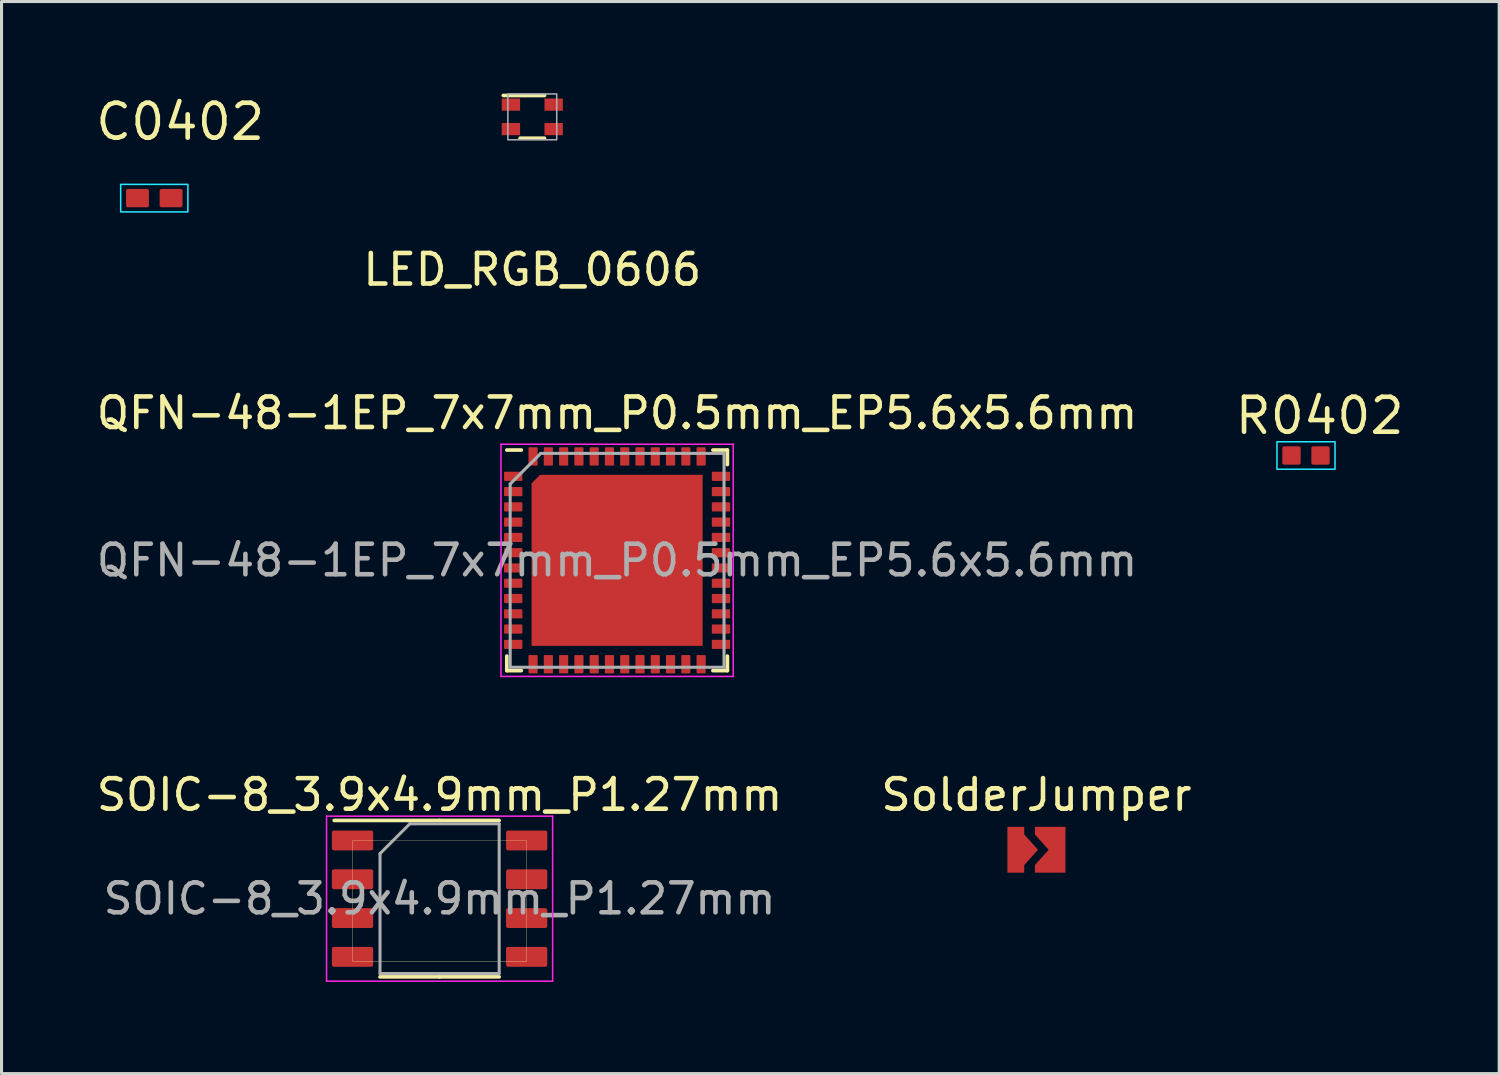
<source format=kicad_pcb>
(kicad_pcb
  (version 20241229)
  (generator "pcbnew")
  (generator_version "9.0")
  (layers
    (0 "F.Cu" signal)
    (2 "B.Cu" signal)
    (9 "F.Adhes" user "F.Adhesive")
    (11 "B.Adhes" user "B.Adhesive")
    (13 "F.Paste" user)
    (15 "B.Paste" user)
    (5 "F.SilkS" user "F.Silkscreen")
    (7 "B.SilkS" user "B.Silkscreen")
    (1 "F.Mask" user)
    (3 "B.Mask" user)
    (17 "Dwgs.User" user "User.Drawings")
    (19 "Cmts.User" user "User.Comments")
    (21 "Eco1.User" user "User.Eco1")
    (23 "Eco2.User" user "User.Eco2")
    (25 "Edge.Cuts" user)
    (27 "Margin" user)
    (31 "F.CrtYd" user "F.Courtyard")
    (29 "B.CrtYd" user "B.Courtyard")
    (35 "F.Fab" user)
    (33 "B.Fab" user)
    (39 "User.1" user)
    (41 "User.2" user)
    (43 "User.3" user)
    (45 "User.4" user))
  (footprint "R0402"
    (layer "F.Cu")
    (at 39.698 11.859)
    (property "Reference" "R0402" (at -2.4 -1.3 0) (layer "F.SilkS") (effects (font (size 1.143 1.143) (thickness 0.152)) (justify left)))
    (attr smd)
    (fp_rect (start -0.95 -0.45) (end 0.95 0.45) (stroke (width 0.05) (type solid)) (fill no) (layer "B.CrtYd"))
    (pad "1" smd roundrect (at -0.475 0) (size 0.6 0.6) (layers "F.Cu" "F.Mask" "F.Paste") (roundrect_rratio 0.1))
    (pad "2" smd roundrect (at 0.475 0) (size 0.6 0.6) (layers "F.Cu" "F.Mask" "F.Paste") (roundrect_rratio 0.1)))
  (footprint "SOIC-8_3.9x4.9mm_P1.27mm"
    (layer "F.Cu")
    (at 11.339 26.365)
    (property "Reference" "SOIC-8_3.9x4.9mm_P1.27mm" (at 0 -3.4 0) (layer "F.SilkS") (effects (font (size 1 1) (thickness 0.15))))
    (attr smd)
    (fp_line (start 0 -2.56) (end -3.45 -2.56) (stroke (width 0.12) (type solid)) (layer "F.SilkS"))
    (fp_line (start 0 -2.56) (end 1.95 -2.56) (stroke (width 0.12) (type solid)) (layer "F.SilkS"))
    (fp_line (start 0 2.56) (end -1.95 2.56) (stroke (width 0.12) (type solid)) (layer "F.SilkS"))
    (fp_line (start 0 2.56) (end 1.95 2.56) (stroke (width 0.12) (type solid)) (layer "F.SilkS"))
    (fp_rect (start -2.85 -1.9) (end 2.85 2.05) (stroke (width 0.01) (type default)) (fill no) (layer "F.SilkS"))
    (fp_line (start -3.7 -2.7) (end -3.7 2.7) (stroke (width 0.05) (type solid)) (layer "F.CrtYd"))
    (fp_line (start -3.7 2.7) (end 3.7 2.7) (stroke (width 0.05) (type solid)) (layer "F.CrtYd"))
    (fp_line (start 3.7 -2.7) (end -3.7 -2.7) (stroke (width 0.05) (type solid)) (layer "F.CrtYd"))
    (fp_line (start 3.7 2.7) (end 3.7 -2.7) (stroke (width 0.05) (type solid)) (layer "F.CrtYd"))
    (fp_line (start -1.95 -1.475) (end -0.975 -2.45) (stroke (width 0.1) (type solid)) (layer "F.Fab"))
    (fp_line (start -1.95 2.45) (end -1.95 -1.475) (stroke (width 0.1) (type solid)) (layer "F.Fab"))
    (fp_line (start -0.975 -2.45) (end 1.95 -2.45) (stroke (width 0.1) (type solid)) (layer "F.Fab"))
    (fp_line (start 1.95 -2.45) (end 1.95 2.45) (stroke (width 0.1) (type solid)) (layer "F.Fab"))
    (fp_line (start 1.95 2.45) (end -1.95 2.45) (stroke (width 0.1) (type solid)) (layer "F.Fab"))
    (fp_text user "${REFERENCE}" (at 0 0 0) (layer "F.Fab") (effects (font (size 0.98 0.98) (thickness 0.15))))
    (pad "1" smd roundrect (at -2.85 -1.905) (size 1.35 0.65) (layers "F.Cu" "F.Mask" "F.Paste") (roundrect_rratio 0.1))
    (pad "2" smd roundrect (at -2.85 -0.635) (size 1.35 0.65) (layers "F.Cu" "F.Mask" "F.Paste") (roundrect_rratio 0.1))
    (pad "3" smd roundrect (at -2.85 0.635) (size 1.35 0.65) (layers "F.Cu" "F.Mask" "F.Paste") (roundrect_rratio 0.1))
    (pad "4" smd roundrect (at -2.85 1.905) (size 1.35 0.65) (layers "F.Cu" "F.Mask" "F.Paste") (roundrect_rratio 0.1))
    (pad "5" smd roundrect (at 2.85 1.905) (size 1.35 0.65) (layers "F.Cu" "F.Mask" "F.Paste") (roundrect_rratio 0.1))
    (pad "6" smd roundrect (at 2.85 0.635) (size 1.35 0.65) (layers "F.Cu" "F.Mask" "F.Paste") (roundrect_rratio 0.1))
    (pad "7" smd roundrect (at 2.85 -0.635) (size 1.35 0.65) (layers "F.Cu" "F.Mask" "F.Paste") (roundrect_rratio 0.1))
    (pad "8" smd roundrect (at 2.85 -1.905) (size 1.35 0.65) (layers "F.Cu" "F.Mask" "F.Paste") (roundrect_rratio 0.1)))
  (footprint "SolderJumper"
    (layer "F.Cu")
    (at 30.875 24.765)
    (property "Reference" "SolderJumper" (at 0 -1.8 0) (layer "F.SilkS") (effects (font (size 1 1) (thickness 0.15))))
    (attr exclude_from_pos_files exclude_from_bom)
    (fp_rect (start -0.325 -0.075) (end 0.325 0.1) (stroke (width 1) (type solid)) (fill yes) (layer "F.Mask"))
    (pad "1" smd custom (at -0.65 0) (size 0.3 0.3) (layers "F.Cu") (options (anchor rect)) (primitives (gr_poly (pts (xy 0.7 0) (xy 0.25 0.5) (xy 0.25 0.75) (xy -0.3 0.75) (xy -0.3 -0.75) (xy 0.25 -0.75) (xy 0.25 -0.5)) (width 0) (fill yes))))
    (pad "2" smd custom (at 0.65 0 180) (size 0.3 0.3) (layers "F.Cu") (options (anchor rect)) (primitives (gr_poly (pts (xy 0.25 0) (xy 0.7 0.5) (xy 0.7 0.75) (xy -0.3 0.75) (xy -0.3 -0.75) (xy 0.7 -0.75) (xy 0.7 -0.5)) (width 0) (fill yes)))))
  (footprint "LED_RGB_0606"
    (layer "F.Cu")
    (at 14.373 0.775)
    (property "Reference" "LED_RGB_0606" (at 0 5 0) (unlocked yes) (layer "F.SilkS") (effects (font (size 1 1) (thickness 0.15))))
    (attr smd)
    (fp_line (start -0.4 0.7) (end 0.4 0.7) (stroke (width 0.12) (type default)) (layer "F.SilkS"))
    (fp_line (start 0.4 -0.7) (end -0.95 -0.7) (stroke (width 0.12) (type default)) (layer "F.SilkS"))
    (fp_rect (start -0.8 -0.75) (end 0.8 0.75) (stroke (width 0.05) (type default)) (fill no) (layer "F.Fab"))
    (pad "1" smd rect (at -0.7 -0.4 270) (size 0.4 0.6) (layers "F.Cu" "F.Mask" "F.Paste"))
    (pad "2" smd rect (at 0.7 -0.4 270) (size 0.4 0.6) (layers "F.Cu" "F.Mask" "F.Paste"))
    (pad "3" smd rect (at 0.7 0.4 270) (size 0.4 0.6) (layers "F.Cu" "F.Mask" "F.Paste"))
    (pad "4" smd rect (at -0.7 0.4 270) (size 0.4 0.6) (layers "F.Cu" "F.Mask" "F.Paste")))
  (footprint "C0402"
    (layer "F.Cu")
    (at 2 3.435)
    (property "Reference" "C0402" (at -2 -2.5 0) (layer "F.SilkS") (effects (font (size 1.143 1.143) (thickness 0.152)) (justify left)))
    (attr smd)
    (fp_rect (start -1.1 -0.45) (end 1.1 0.45) (stroke (width 0.05) (type solid)) (fill no) (layer "B.CrtYd"))
    (pad "1" smd roundrect (at -0.55 0) (size 0.75 0.6) (layers "F.Cu" "F.Mask" "F.Paste") (roundrect_rratio 0.1))
    (pad "2" smd roundrect (at 0.55 0) (size 0.75 0.6) (layers "F.Cu" "F.Mask" "F.Paste") (roundrect_rratio 0.1)))
  (footprint "QFN-48-1EP_7x7mm_P0.5mm_EP5.6x5.6mm"
    (layer "F.Cu")
    (at 17.149 15.291)
    (property "Reference" "QFN-48-1EP_7x7mm_P0.5mm_EP5.6x5.6mm" (at 0 -4.82 0) (layer "F.SilkS") (effects (font (size 1 1) (thickness 0.15))))
    (attr smd)
    (fp_line (start -3.61 3.61) (end -3.61 3.135) (stroke (width 0.12) (type solid)) (layer "F.SilkS"))
    (fp_line (start -3.135 -3.61) (end -3.61 -3.61) (stroke (width 0.12) (type solid)) (layer "F.SilkS"))
    (fp_line (start -3.135 3.61) (end -3.61 3.61) (stroke (width 0.12) (type solid)) (layer "F.SilkS"))
    (fp_line (start 3.135 -3.61) (end 3.61 -3.61) (stroke (width 0.12) (type solid)) (layer "F.SilkS"))
    (fp_line (start 3.135 3.61) (end 3.61 3.61) (stroke (width 0.12) (type solid)) (layer "F.SilkS"))
    (fp_line (start 3.61 -3.61) (end 3.61 -3.135) (stroke (width 0.12) (type solid)) (layer "F.SilkS"))
    (fp_line (start 3.61 3.61) (end 3.61 3.135) (stroke (width 0.12) (type solid)) (layer "F.SilkS"))
    (fp_line (start -3.8 -3.8) (end -3.8 3.8) (stroke (width 0.05) (type solid)) (layer "F.CrtYd"))
    (fp_line (start -3.8 3.8) (end 3.8 3.8) (stroke (width 0.05) (type solid)) (layer "F.CrtYd"))
    (fp_line (start 3.8 -3.8) (end -3.8 -3.8) (stroke (width 0.05) (type solid)) (layer "F.CrtYd"))
    (fp_line (start 3.8 3.8) (end 3.8 -3.8) (stroke (width 0.05) (type solid)) (layer "F.CrtYd"))
    (fp_line (start -3.5 -2.5) (end -2.5 -3.5) (stroke (width 0.1) (type solid)) (layer "F.Fab"))
    (fp_line (start -3.5 3.5) (end -3.5 -2.5) (stroke (width 0.1) (type solid)) (layer "F.Fab"))
    (fp_line (start -2.5 -3.5) (end 3.5 -3.5) (stroke (width 0.1) (type solid)) (layer "F.Fab"))
    (fp_line (start 3.5 -3.5) (end 3.5 3.5) (stroke (width 0.1) (type solid)) (layer "F.Fab"))
    (fp_line (start 3.5 3.5) (end -3.5 3.5) (stroke (width 0.1) (type solid)) (layer "F.Fab"))
    (fp_text user "${REFERENCE}" (at 0 0 0) (layer "F.Fab") (effects (font (size 1 1) (thickness 0.15))))
    (pad "" smd roundrect (at -2.1 -2.1) (size 1.13 1.13) (layers "F.Paste") (roundrect_rratio 0.221))
    (pad "" smd roundrect (at -2.1 -0.7) (size 1.13 1.13) (layers "F.Paste") (roundrect_rratio 0.221))
    (pad "" smd roundrect (at -2.1 0.7) (size 1.13 1.13) (layers "F.Paste") (roundrect_rratio 0.221))
    (pad "" smd roundrect (at -2.1 2.1) (size 1.13 1.13) (layers "F.Paste") (roundrect_rratio 0.221))
    (pad "" smd roundrect (at -0.7 -2.1) (size 1.13 1.13) (layers "F.Paste") (roundrect_rratio 0.221))
    (pad "" smd roundrect (at -0.7 -0.7) (size 1.13 1.13) (layers "F.Paste") (roundrect_rratio 0.221))
    (pad "" smd roundrect (at -0.7 0.7) (size 1.13 1.13) (layers "F.Paste") (roundrect_rratio 0.221))
    (pad "" smd roundrect (at -0.7 2.1) (size 1.13 1.13) (layers "F.Paste") (roundrect_rratio 0.221))
    (pad "" smd roundrect (at 0.7 -2.1) (size 1.13 1.13) (layers "F.Paste") (roundrect_rratio 0.221))
    (pad "" smd roundrect (at 0.7 -0.7) (size 1.13 1.13) (layers "F.Paste") (roundrect_rratio 0.221))
    (pad "" smd roundrect (at 0.7 0.7) (size 1.13 1.13) (layers "F.Paste") (roundrect_rratio 0.221))
    (pad "" smd roundrect (at 0.7 2.1) (size 1.13 1.13) (layers "F.Paste") (roundrect_rratio 0.221))
    (pad "" smd roundrect (at 2.1 -2.1) (size 1.13 1.13) (layers "F.Paste") (roundrect_rratio 0.221))
    (pad "" smd roundrect (at 2.1 -0.7) (size 1.13 1.13) (layers "F.Paste") (roundrect_rratio 0.221))
    (pad "" smd roundrect (at 2.1 0.7) (size 1.13 1.13) (layers "F.Paste") (roundrect_rratio 0.221))
    (pad "" smd roundrect (at 2.1 2.1) (size 1.13 1.13) (layers "F.Paste") (roundrect_rratio 0.221))
    (pad "1" smd roundrect (at -3.4 -2.75) (size 0.6 0.3) (layers "F.Cu" "F.Mask" "F.Paste") (roundrect_rratio 0.1))
    (pad "2" smd roundrect (at -3.4 -2.25) (size 0.6 0.3) (layers "F.Cu" "F.Mask" "F.Paste") (roundrect_rratio 0.1))
    (pad "3" smd roundrect (at -3.4 -1.75) (size 0.6 0.3) (layers "F.Cu" "F.Mask" "F.Paste") (roundrect_rratio 0.1))
    (pad "4" smd roundrect (at -3.4 -1.25) (size 0.6 0.3) (layers "F.Cu" "F.Mask" "F.Paste") (roundrect_rratio 0.1))
    (pad "5" smd roundrect (at -3.4 -0.75) (size 0.6 0.3) (layers "F.Cu" "F.Mask" "F.Paste") (roundrect_rratio 0.1))
    (pad "6" smd roundrect (at -3.4 -0.25) (size 0.6 0.3) (layers "F.Cu" "F.Mask" "F.Paste") (roundrect_rratio 0.1))
    (pad "7" smd roundrect (at -3.4 0.25) (size 0.6 0.3) (layers "F.Cu" "F.Mask" "F.Paste") (roundrect_rratio 0.1))
    (pad "8" smd roundrect (at -3.4 0.75) (size 0.6 0.3) (layers "F.Cu" "F.Mask" "F.Paste") (roundrect_rratio 0.1))
    (pad "9" smd roundrect (at -3.4 1.25) (size 0.6 0.3) (layers "F.Cu" "F.Mask" "F.Paste") (roundrect_rratio 0.1))
    (pad "10" smd roundrect (at -3.4 1.75) (size 0.6 0.3) (layers "F.Cu" "F.Mask" "F.Paste") (roundrect_rratio 0.1))
    (pad "11" smd roundrect (at -3.4 2.25) (size 0.6 0.3) (layers "F.Cu" "F.Mask" "F.Paste") (roundrect_rratio 0.1))
    (pad "12" smd roundrect (at -3.4 2.75) (size 0.6 0.3) (layers "F.Cu" "F.Mask" "F.Paste") (roundrect_rratio 0.1))
    (pad "13" smd roundrect (at -2.75 3.4 90) (size 0.6 0.3) (layers "F.Cu" "F.Mask" "F.Paste") (roundrect_rratio 0.1))
    (pad "14" smd roundrect (at -2.25 3.4 90) (size 0.6 0.3) (layers "F.Cu" "F.Mask" "F.Paste") (roundrect_rratio 0.1))
    (pad "15" smd roundrect (at -1.75 3.4 90) (size 0.6 0.3) (layers "F.Cu" "F.Mask" "F.Paste") (roundrect_rratio 0.1))
    (pad "16" smd roundrect (at -1.25 3.4 90) (size 0.6 0.3) (layers "F.Cu" "F.Mask" "F.Paste") (roundrect_rratio 0.1))
    (pad "17" smd roundrect (at -0.75 3.4 90) (size 0.6 0.3) (layers "F.Cu" "F.Mask" "F.Paste") (roundrect_rratio 0.1))
    (pad "18" smd roundrect (at -0.25 3.4 90) (size 0.6 0.3) (layers "F.Cu" "F.Mask" "F.Paste") (roundrect_rratio 0.1))
    (pad "19" smd roundrect (at 0.25 3.4 90) (size 0.6 0.3) (layers "F.Cu" "F.Mask" "F.Paste") (roundrect_rratio 0.1))
    (pad "20" smd roundrect (at 0.75 3.4 90) (size 0.6 0.3) (layers "F.Cu" "F.Mask" "F.Paste") (roundrect_rratio 0.1))
    (pad "21" smd roundrect (at 1.25 3.4 90) (size 0.6 0.3) (layers "F.Cu" "F.Mask" "F.Paste") (roundrect_rratio 0.1))
    (pad "22" smd roundrect (at 1.75 3.4 90) (size 0.6 0.3) (layers "F.Cu" "F.Mask" "F.Paste") (roundrect_rratio 0.1))
    (pad "23" smd roundrect (at 2.25 3.4 90) (size 0.6 0.3) (layers "F.Cu" "F.Mask" "F.Paste") (roundrect_rratio 0.1))
    (pad "24" smd roundrect (at 2.75 3.4 90) (size 0.6 0.3) (layers "F.Cu" "F.Mask" "F.Paste") (roundrect_rratio 0.1))
    (pad "25" smd roundrect (at 3.4 2.75) (size 0.6 0.3) (layers "F.Cu" "F.Mask" "F.Paste") (roundrect_rratio 0.1))
    (pad "26" smd roundrect (at 3.4 2.25) (size 0.6 0.3) (layers "F.Cu" "F.Mask" "F.Paste") (roundrect_rratio 0.1))
    (pad "27" smd roundrect (at 3.4 1.75) (size 0.6 0.3) (layers "F.Cu" "F.Mask" "F.Paste") (roundrect_rratio 0.1))
    (pad "28" smd roundrect (at 3.4 1.25) (size 0.6 0.3) (layers "F.Cu" "F.Mask" "F.Paste") (roundrect_rratio 0.1))
    (pad "29" smd roundrect (at 3.4 0.75) (size 0.6 0.3) (layers "F.Cu" "F.Mask" "F.Paste") (roundrect_rratio 0.1))
    (pad "30" smd roundrect (at 3.4 0.25) (size 0.6 0.3) (layers "F.Cu" "F.Mask" "F.Paste") (roundrect_rratio 0.1))
    (pad "31" smd roundrect (at 3.4 -0.25) (size 0.6 0.3) (layers "F.Cu" "F.Mask" "F.Paste") (roundrect_rratio 0.1))
    (pad "32" smd roundrect (at 3.4 -0.75) (size 0.6 0.3) (layers "F.Cu" "F.Mask" "F.Paste") (roundrect_rratio 0.1))
    (pad "33" smd roundrect (at 3.4 -1.25) (size 0.6 0.3) (layers "F.Cu" "F.Mask" "F.Paste") (roundrect_rratio 0.1))
    (pad "34" smd roundrect (at 3.4 -1.75) (size 0.6 0.3) (layers "F.Cu" "F.Mask" "F.Paste") (roundrect_rratio 0.1))
    (pad "35" smd roundrect (at 3.4 -2.25) (size 0.6 0.3) (layers "F.Cu" "F.Mask" "F.Paste") (roundrect_rratio 0.1))
    (pad "36" smd roundrect (at 3.4 -2.75) (size 0.6 0.3) (layers "F.Cu" "F.Mask" "F.Paste") (roundrect_rratio 0.1))
    (pad "37" smd roundrect (at 2.75 -3.4 90) (size 0.6 0.3) (layers "F.Cu" "F.Mask" "F.Paste") (roundrect_rratio 0.1))
    (pad "38" smd roundrect (at 2.25 -3.4 90) (size 0.6 0.3) (layers "F.Cu" "F.Mask" "F.Paste") (roundrect_rratio 0.1))
    (pad "39" smd roundrect (at 1.75 -3.4 90) (size 0.6 0.3) (layers "F.Cu" "F.Mask" "F.Paste") (roundrect_rratio 0.1))
    (pad "40" smd roundrect (at 1.25 -3.4 90) (size 0.6 0.3) (layers "F.Cu" "F.Mask" "F.Paste") (roundrect_rratio 0.1))
    (pad "41" smd roundrect (at 0.75 -3.4 90) (size 0.6 0.3) (layers "F.Cu" "F.Mask" "F.Paste") (roundrect_rratio 0.1))
    (pad "42" smd roundrect (at 0.25 -3.4 90) (size 0.6 0.3) (layers "F.Cu" "F.Mask" "F.Paste") (roundrect_rratio 0.1))
    (pad "43" smd roundrect (at -0.25 -3.4 90) (size 0.6 0.3) (layers "F.Cu" "F.Mask" "F.Paste") (roundrect_rratio 0.1))
    (pad "44" smd roundrect (at -0.75 -3.4 90) (size 0.6 0.3) (layers "F.Cu" "F.Mask" "F.Paste") (roundrect_rratio 0.1))
    (pad "45" smd roundrect (at -1.25 -3.4 90) (size 0.6 0.3) (layers "F.Cu" "F.Mask" "F.Paste") (roundrect_rratio 0.1))
    (pad "46" smd roundrect (at -1.75 -3.4 90) (size 0.6 0.3) (layers "F.Cu" "F.Mask" "F.Paste") (roundrect_rratio 0.1))
    (pad "47" smd roundrect (at -2.25 -3.4 90) (size 0.6 0.3) (layers "F.Cu" "F.Mask" "F.Paste") (roundrect_rratio 0.1))
    (pad "48" smd roundrect (at -2.75 -3.4 90) (size 0.6 0.3) (layers "F.Cu" "F.Mask" "F.Paste") (roundrect_rratio 0.1))
    (pad "49" smd roundrect (at 0 0) (size 5.6 5.6) (property pad_prop_heatsink) (layers "F.Cu" "F.Mask") (roundrect_rratio 0) (chamfer_ratio 0.05) (chamfer top_left)))
  (gr_rect
    (start -3 -3)
    (end 46.022 32.09)
    (stroke (width 0.1) (type default))
    (fill no)
    (layer "Edge.Cuts")))
</source>
